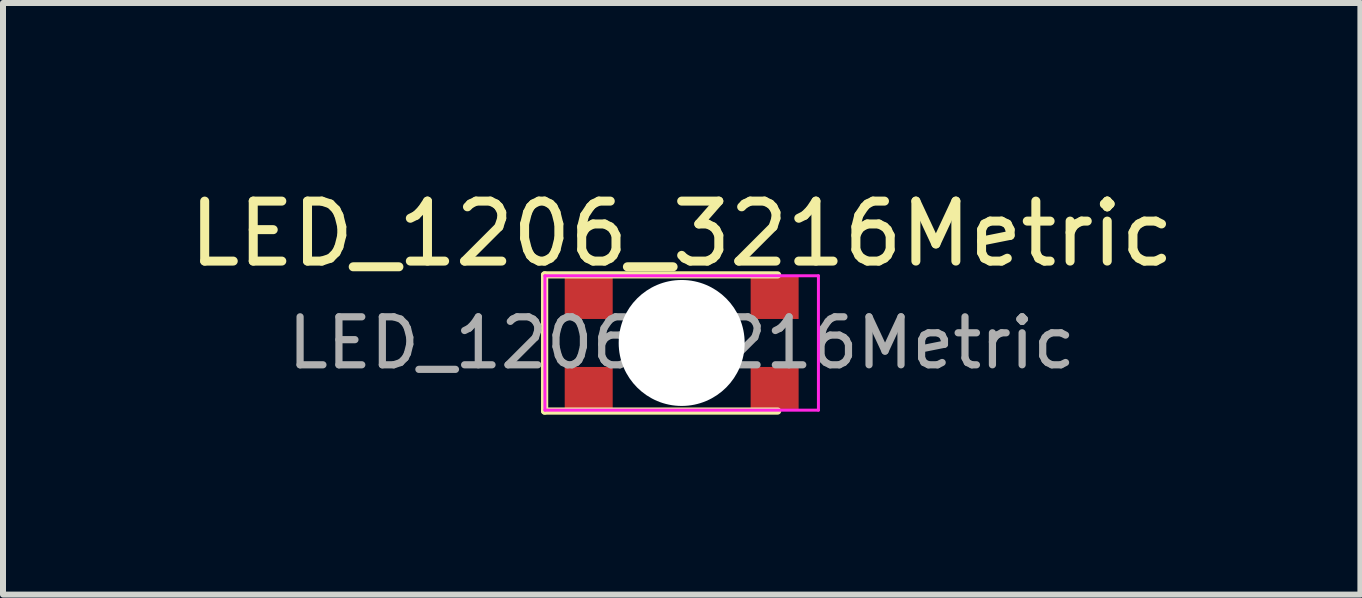
<source format=kicad_pcb>
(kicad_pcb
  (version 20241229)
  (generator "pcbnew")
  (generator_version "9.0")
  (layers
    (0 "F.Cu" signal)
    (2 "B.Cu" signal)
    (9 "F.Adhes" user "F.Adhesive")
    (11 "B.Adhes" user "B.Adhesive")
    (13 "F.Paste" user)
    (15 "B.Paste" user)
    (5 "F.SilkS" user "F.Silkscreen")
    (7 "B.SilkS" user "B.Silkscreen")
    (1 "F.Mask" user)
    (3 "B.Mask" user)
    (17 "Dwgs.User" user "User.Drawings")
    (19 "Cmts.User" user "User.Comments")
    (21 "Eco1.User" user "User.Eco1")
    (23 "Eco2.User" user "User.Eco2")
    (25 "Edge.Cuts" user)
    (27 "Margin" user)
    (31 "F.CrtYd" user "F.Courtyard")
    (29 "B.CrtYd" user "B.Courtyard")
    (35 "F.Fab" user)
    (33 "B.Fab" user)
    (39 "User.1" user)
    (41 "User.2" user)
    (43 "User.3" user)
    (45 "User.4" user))
  (footprint "LED_1206_3216Metric"
    (layer "F.Cu")
    (at 8.315 2.668)
    (property "Reference" "LED_1206_3216Metric" (at 0 -1.82 0) (layer "F.SilkS") (effects (font (size 1 1) (thickness 0.15))))
    (attr smd)
    (fp_line (start -2.285 -1.135) (end -2.285 1.135) (stroke (width 0.12) (type solid)) (layer "F.SilkS"))
    (fp_line (start -2.285 1.135) (end 1.6 1.135) (stroke (width 0.12) (type solid)) (layer "F.SilkS"))
    (fp_line (start 1.6 -1.135) (end -2.285 -1.135) (stroke (width 0.12) (type solid)) (layer "F.SilkS"))
    (fp_line (start -2.28 -1.12) (end 2.28 -1.12) (stroke (width 0.05) (type solid)) (layer "F.CrtYd"))
    (fp_line (start -2.28 1.12) (end -2.28 -1.12) (stroke (width 0.05) (type solid)) (layer "F.CrtYd"))
    (fp_line (start 2.28 -1.12) (end 2.28 1.12) (stroke (width 0.05) (type solid)) (layer "F.CrtYd"))
    (fp_line (start 2.28 1.12) (end -2.28 1.12) (stroke (width 0.05) (type solid)) (layer "F.CrtYd"))
    (fp_text user "${REFERENCE}" (at 0 0 0) (layer "F.Fab") (effects (font (size 0.8 0.8) (thickness 0.12))))
    (pad "" np_thru_hole circle (at 0 0) (size 2.1 2.1) (drill 2.1) (layers "*.Cu" "*.Mask"))
    (pad "1" smd rect (at -1.55 -0.75) (size 0.8 0.7) (layers "F.Cu" "F.Mask" "F.Paste"))
    (pad "2" smd rect (at -1.55 0.75) (size 0.8 0.7) (layers "F.Cu" "F.Mask" "F.Paste"))
    (pad "3" smd rect (at 1.55 -0.75) (size 0.8 0.7) (layers "F.Cu" "F.Mask" "F.Paste"))
    (pad "4" smd rect (at 1.55 0.75) (size 0.8 0.7) (layers "F.Cu" "F.Mask" "F.Paste")))
  (gr_rect
    (start -3 -3)
    (end 19.631 6.863)
    (stroke (width 0.1) (type default))
    (fill no)
    (layer "Edge.Cuts")))
</source>
